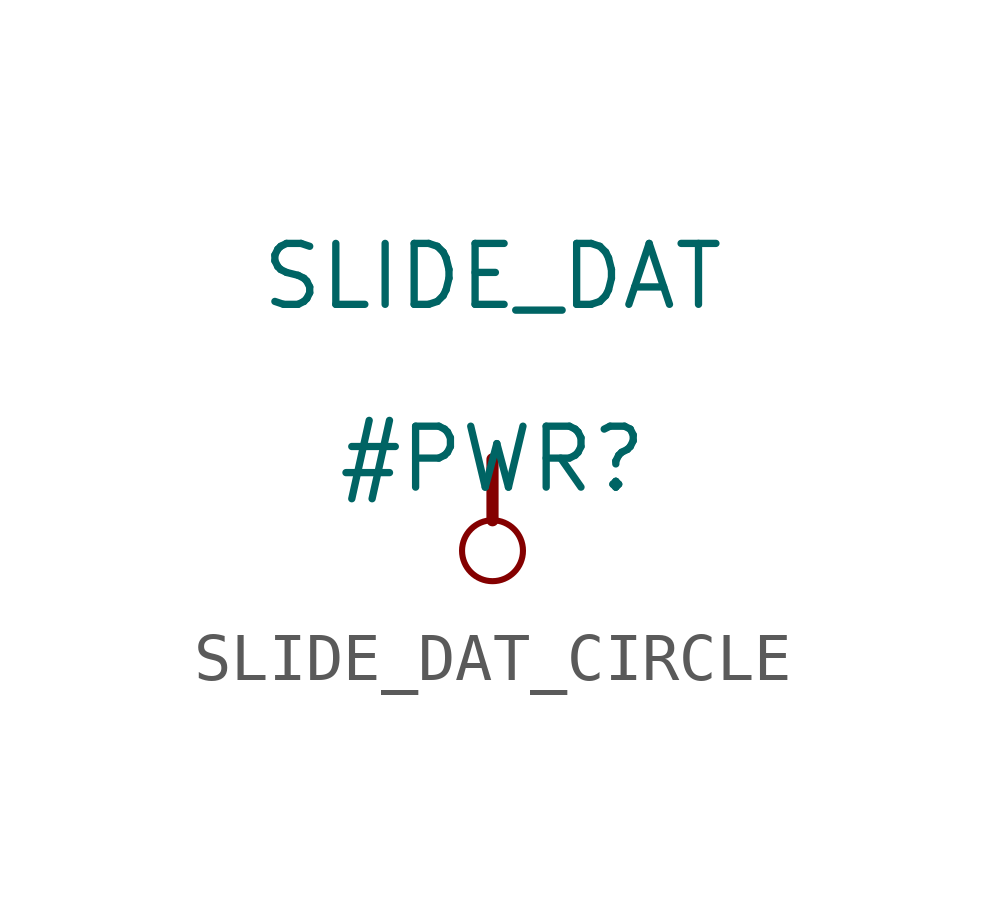
<source format=kicad_sym>
(kicad_symbol_lib
  (version 20231120)
  (generator "kicad_symbol_editor")
  (generator_version "8.0")
  (symbol "SLIDE_DAT_CIRCLE"
    (power)
    (property "Reference" "#PWR"
      (at 0 0 0)
      (effects (font (size 1.27 1.27))))
    (property "Value" "SLIDE_DAT"
      (at 0 3.81 0)
      (effects (font (size 1.27 1.27))))
    (symbol "SLIDE_DAT_CIRCLE_0_0"
      (circle (center 0 -1.905) (radius 0.635) (stroke (width 0.127) (type solid)) (fill (type none)))
      (polyline (pts (xy 0 0) (xy 0 -1.27)) (stroke (width 0.254) (type solid)) (fill (type none)))
      (pin power_in line (at 0 0 0) (length 0) hide (name "SLIDE_DAT" (effects (font (size 1.27 1.27)))) (number "" (effects (font (size 1.27 1.27))))))))
</source>
